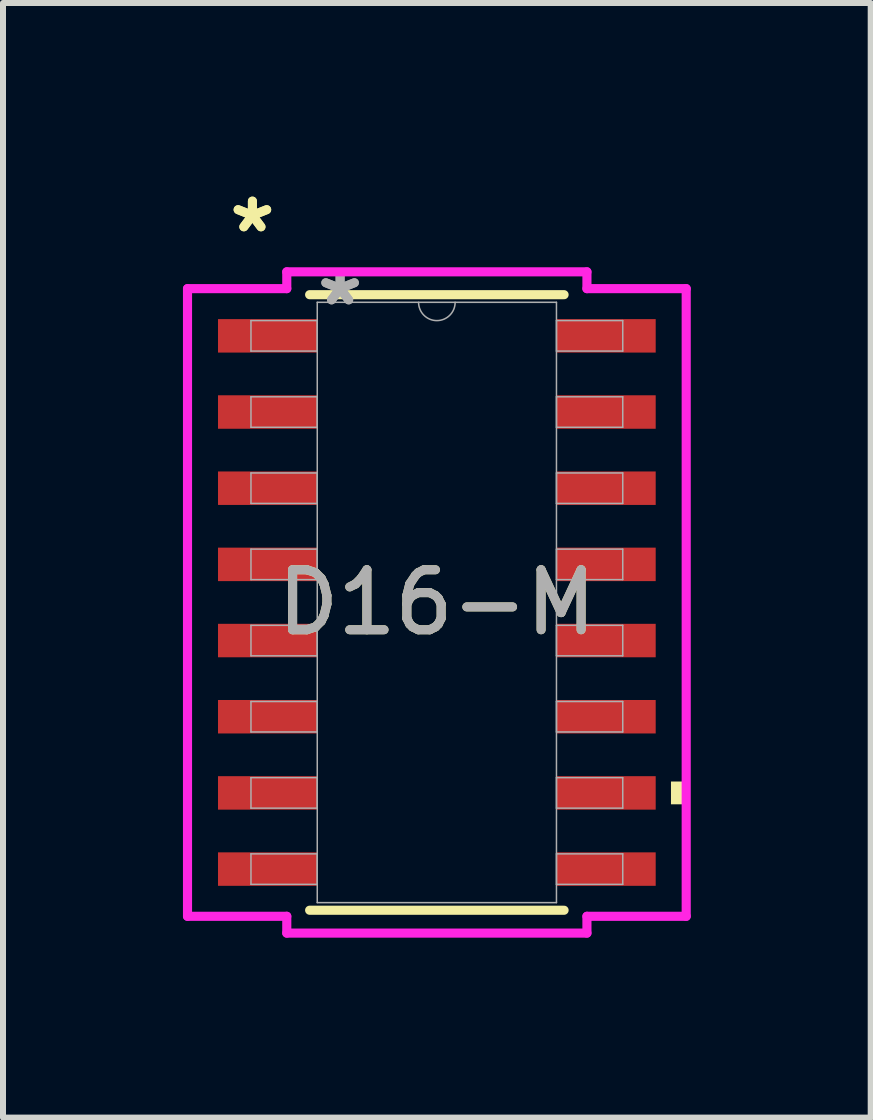
<source format=kicad_pcb>
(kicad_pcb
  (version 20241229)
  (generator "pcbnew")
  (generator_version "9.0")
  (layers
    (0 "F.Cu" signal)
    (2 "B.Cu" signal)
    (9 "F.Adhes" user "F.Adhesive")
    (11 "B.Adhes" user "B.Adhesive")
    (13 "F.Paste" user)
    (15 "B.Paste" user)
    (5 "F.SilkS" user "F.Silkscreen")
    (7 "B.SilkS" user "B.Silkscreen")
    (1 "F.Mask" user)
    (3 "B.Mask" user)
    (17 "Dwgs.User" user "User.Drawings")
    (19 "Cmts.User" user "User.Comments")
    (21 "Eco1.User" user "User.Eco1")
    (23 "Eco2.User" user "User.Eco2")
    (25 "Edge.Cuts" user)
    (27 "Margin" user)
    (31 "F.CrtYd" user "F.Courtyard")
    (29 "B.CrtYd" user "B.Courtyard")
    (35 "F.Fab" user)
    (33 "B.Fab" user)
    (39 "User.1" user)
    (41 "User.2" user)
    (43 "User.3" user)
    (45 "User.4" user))
  (footprint "D16-M"
    (layer "F.Cu")
    (at 4.233 6.994)
    (property "Reference" "D16-M" (at 0 0 0) (unlocked yes) (layer "F.SilkS") (effects (font (size 1 1) (thickness 0.15))))
    (attr smd)
    (fp_line (start -2.121 5.131) (end 2.121 5.131) (stroke (width 0.152) (type solid)) (layer "F.SilkS"))
    (fp_line (start 2.121 -5.131) (end -2.121 -5.131) (stroke (width 0.152) (type solid)) (layer "F.SilkS"))
    (fp_poly (pts (xy 4.157 2.985) (xy 4.157 3.365) (xy 3.903 3.365) (xy 3.903 2.985)) (stroke (width 0) (type solid)) (fill yes) (layer "F.SilkS"))
    (fp_line (start -4.157 -5.232) (end -2.502 -5.232) (stroke (width 0.152) (type solid)) (layer "F.CrtYd"))
    (fp_line (start -4.157 5.232) (end -4.157 -5.232) (stroke (width 0.152) (type solid)) (layer "F.CrtYd"))
    (fp_line (start -4.157 5.232) (end -2.502 5.232) (stroke (width 0.152) (type solid)) (layer "F.CrtYd"))
    (fp_line (start -2.502 -5.512) (end 2.502 -5.512) (stroke (width 0.152) (type solid)) (layer "F.CrtYd"))
    (fp_line (start -2.502 -5.232) (end -2.502 -5.512) (stroke (width 0.152) (type solid)) (layer "F.CrtYd"))
    (fp_line (start -2.502 5.512) (end -2.502 5.232) (stroke (width 0.152) (type solid)) (layer "F.CrtYd"))
    (fp_line (start 2.502 -5.512) (end 2.502 -5.232) (stroke (width 0.152) (type solid)) (layer "F.CrtYd"))
    (fp_line (start 2.502 5.232) (end 2.502 5.512) (stroke (width 0.152) (type solid)) (layer "F.CrtYd"))
    (fp_line (start 2.502 5.512) (end -2.502 5.512) (stroke (width 0.152) (type solid)) (layer "F.CrtYd"))
    (fp_line (start 4.157 -5.232) (end 2.502 -5.232) (stroke (width 0.152) (type solid)) (layer "F.CrtYd"))
    (fp_line (start 4.157 -5.232) (end 4.157 5.232) (stroke (width 0.152) (type solid)) (layer "F.CrtYd"))
    (fp_line (start 4.157 5.232) (end 2.502 5.232) (stroke (width 0.152) (type solid)) (layer "F.CrtYd"))
    (fp_line (start -3.099 -4.699) (end -3.099 -4.191) (stroke (width 0.025) (type solid)) (layer "F.Fab"))
    (fp_line (start -3.099 -4.191) (end -1.994 -4.191) (stroke (width 0.025) (type solid)) (layer "F.Fab"))
    (fp_line (start -3.099 -3.429) (end -3.099 -2.921) (stroke (width 0.025) (type solid)) (layer "F.Fab"))
    (fp_line (start -3.099 -2.921) (end -1.994 -2.921) (stroke (width 0.025) (type solid)) (layer "F.Fab"))
    (fp_line (start -3.099 -2.159) (end -3.099 -1.651) (stroke (width 0.025) (type solid)) (layer "F.Fab"))
    (fp_line (start -3.099 -1.651) (end -1.994 -1.651) (stroke (width 0.025) (type solid)) (layer "F.Fab"))
    (fp_line (start -3.099 -0.889) (end -3.099 -0.381) (stroke (width 0.025) (type solid)) (layer "F.Fab"))
    (fp_line (start -3.099 -0.381) (end -1.994 -0.381) (stroke (width 0.025) (type solid)) (layer "F.Fab"))
    (fp_line (start -3.099 0.381) (end -3.099 0.889) (stroke (width 0.025) (type solid)) (layer "F.Fab"))
    (fp_line (start -3.099 0.889) (end -1.994 0.889) (stroke (width 0.025) (type solid)) (layer "F.Fab"))
    (fp_line (start -3.099 1.651) (end -3.099 2.159) (stroke (width 0.025) (type solid)) (layer "F.Fab"))
    (fp_line (start -3.099 2.159) (end -1.994 2.159) (stroke (width 0.025) (type solid)) (layer "F.Fab"))
    (fp_line (start -3.099 2.921) (end -3.099 3.429) (stroke (width 0.025) (type solid)) (layer "F.Fab"))
    (fp_line (start -3.099 3.429) (end -1.994 3.429) (stroke (width 0.025) (type solid)) (layer "F.Fab"))
    (fp_line (start -3.099 4.191) (end -3.099 4.699) (stroke (width 0.025) (type solid)) (layer "F.Fab"))
    (fp_line (start -3.099 4.699) (end -1.994 4.699) (stroke (width 0.025) (type solid)) (layer "F.Fab"))
    (fp_line (start -1.994 -5.004) (end -1.994 5.004) (stroke (width 0.025) (type solid)) (layer "F.Fab"))
    (fp_line (start -1.994 -4.699) (end -3.099 -4.699) (stroke (width 0.025) (type solid)) (layer "F.Fab"))
    (fp_line (start -1.994 -4.191) (end -1.994 -4.699) (stroke (width 0.025) (type solid)) (layer "F.Fab"))
    (fp_line (start -1.994 -3.429) (end -3.099 -3.429) (stroke (width 0.025) (type solid)) (layer "F.Fab"))
    (fp_line (start -1.994 -2.921) (end -1.994 -3.429) (stroke (width 0.025) (type solid)) (layer "F.Fab"))
    (fp_line (start -1.994 -2.159) (end -3.099 -2.159) (stroke (width 0.025) (type solid)) (layer "F.Fab"))
    (fp_line (start -1.994 -1.651) (end -1.994 -2.159) (stroke (width 0.025) (type solid)) (layer "F.Fab"))
    (fp_line (start -1.994 -0.889) (end -3.099 -0.889) (stroke (width 0.025) (type solid)) (layer "F.Fab"))
    (fp_line (start -1.994 -0.381) (end -1.994 -0.889) (stroke (width 0.025) (type solid)) (layer "F.Fab"))
    (fp_line (start -1.994 0.381) (end -3.099 0.381) (stroke (width 0.025) (type solid)) (layer "F.Fab"))
    (fp_line (start -1.994 0.889) (end -1.994 0.381) (stroke (width 0.025) (type solid)) (layer "F.Fab"))
    (fp_line (start -1.994 1.651) (end -3.099 1.651) (stroke (width 0.025) (type solid)) (layer "F.Fab"))
    (fp_line (start -1.994 2.159) (end -1.994 1.651) (stroke (width 0.025) (type solid)) (layer "F.Fab"))
    (fp_line (start -1.994 2.921) (end -3.099 2.921) (stroke (width 0.025) (type solid)) (layer "F.Fab"))
    (fp_line (start -1.994 3.429) (end -1.994 2.921) (stroke (width 0.025) (type solid)) (layer "F.Fab"))
    (fp_line (start -1.994 4.191) (end -3.099 4.191) (stroke (width 0.025) (type solid)) (layer "F.Fab"))
    (fp_line (start -1.994 4.699) (end -1.994 4.191) (stroke (width 0.025) (type solid)) (layer "F.Fab"))
    (fp_line (start -1.994 5.004) (end 1.994 5.004) (stroke (width 0.025) (type solid)) (layer "F.Fab"))
    (fp_line (start 1.994 -5.004) (end -1.994 -5.004) (stroke (width 0.025) (type solid)) (layer "F.Fab"))
    (fp_line (start 1.994 -4.699) (end 1.994 -4.191) (stroke (width 0.025) (type solid)) (layer "F.Fab"))
    (fp_line (start 1.994 -4.191) (end 3.099 -4.191) (stroke (width 0.025) (type solid)) (layer "F.Fab"))
    (fp_line (start 1.994 -3.429) (end 1.994 -2.921) (stroke (width 0.025) (type solid)) (layer "F.Fab"))
    (fp_line (start 1.994 -2.921) (end 3.099 -2.921) (stroke (width 0.025) (type solid)) (layer "F.Fab"))
    (fp_line (start 1.994 -2.159) (end 1.994 -1.651) (stroke (width 0.025) (type solid)) (layer "F.Fab"))
    (fp_line (start 1.994 -1.651) (end 3.099 -1.651) (stroke (width 0.025) (type solid)) (layer "F.Fab"))
    (fp_line (start 1.994 -0.889) (end 1.994 -0.381) (stroke (width 0.025) (type solid)) (layer "F.Fab"))
    (fp_line (start 1.994 -0.381) (end 3.099 -0.381) (stroke (width 0.025) (type solid)) (layer "F.Fab"))
    (fp_line (start 1.994 0.381) (end 1.994 0.889) (stroke (width 0.025) (type solid)) (layer "F.Fab"))
    (fp_line (start 1.994 0.889) (end 3.099 0.889) (stroke (width 0.025) (type solid)) (layer "F.Fab"))
    (fp_line (start 1.994 1.651) (end 1.994 2.159) (stroke (width 0.025) (type solid)) (layer "F.Fab"))
    (fp_line (start 1.994 2.159) (end 3.099 2.159) (stroke (width 0.025) (type solid)) (layer "F.Fab"))
    (fp_line (start 1.994 2.921) (end 1.994 3.429) (stroke (width 0.025) (type solid)) (layer "F.Fab"))
    (fp_line (start 1.994 3.429) (end 3.099 3.429) (stroke (width 0.025) (type solid)) (layer "F.Fab"))
    (fp_line (start 1.994 4.191) (end 1.994 4.699) (stroke (width 0.025) (type solid)) (layer "F.Fab"))
    (fp_line (start 1.994 4.699) (end 3.099 4.699) (stroke (width 0.025) (type solid)) (layer "F.Fab"))
    (fp_line (start 1.994 5.004) (end 1.994 -5.004) (stroke (width 0.025) (type solid)) (layer "F.Fab"))
    (fp_line (start 3.099 -4.699) (end 1.994 -4.699) (stroke (width 0.025) (type solid)) (layer "F.Fab"))
    (fp_line (start 3.099 -4.191) (end 3.099 -4.699) (stroke (width 0.025) (type solid)) (layer "F.Fab"))
    (fp_line (start 3.099 -3.429) (end 1.994 -3.429) (stroke (width 0.025) (type solid)) (layer "F.Fab"))
    (fp_line (start 3.099 -2.921) (end 3.099 -3.429) (stroke (width 0.025) (type solid)) (layer "F.Fab"))
    (fp_line (start 3.099 -2.159) (end 1.994 -2.159) (stroke (width 0.025) (type solid)) (layer "F.Fab"))
    (fp_line (start 3.099 -1.651) (end 3.099 -2.159) (stroke (width 0.025) (type solid)) (layer "F.Fab"))
    (fp_line (start 3.099 -0.889) (end 1.994 -0.889) (stroke (width 0.025) (type solid)) (layer "F.Fab"))
    (fp_line (start 3.099 -0.381) (end 3.099 -0.889) (stroke (width 0.025) (type solid)) (layer "F.Fab"))
    (fp_line (start 3.099 0.381) (end 1.994 0.381) (stroke (width 0.025) (type solid)) (layer "F.Fab"))
    (fp_line (start 3.099 0.889) (end 3.099 0.381) (stroke (width 0.025) (type solid)) (layer "F.Fab"))
    (fp_line (start 3.099 1.651) (end 1.994 1.651) (stroke (width 0.025) (type solid)) (layer "F.Fab"))
    (fp_line (start 3.099 2.159) (end 3.099 1.651) (stroke (width 0.025) (type solid)) (layer "F.Fab"))
    (fp_line (start 3.099 2.921) (end 1.994 2.921) (stroke (width 0.025) (type solid)) (layer "F.Fab"))
    (fp_line (start 3.099 3.429) (end 3.099 2.921) (stroke (width 0.025) (type solid)) (layer "F.Fab"))
    (fp_line (start 3.099 4.191) (end 1.994 4.191) (stroke (width 0.025) (type solid)) (layer "F.Fab"))
    (fp_line (start 3.099 4.699) (end 3.099 4.191) (stroke (width 0.025) (type solid)) (layer "F.Fab"))
    (fp_arc (start 0.3048 -5.0038) (mid 0 -4.699) (end -0.3048 -5.0038) (stroke (width 0.0254) (type solid)) (layer "F.Fab"))
    (fp_text user "*" (at -3.075 -6.146 0) (unlocked yes) (layer "F.SilkS") (effects (font (size 1 1) (thickness 0.15))))
    (fp_text user "*" (at -3.075 -6.146 0) (layer "F.SilkS") (effects (font (size 1 1) (thickness 0.15))))
    (fp_text user "*" (at -1.613 -4.928 0) (unlocked yes) (layer "F.Fab") (effects (font (size 1 1) (thickness 0.15))))
    (fp_text user "${REFERENCE}" (at 0 0 0) (unlocked yes) (layer "F.Fab") (effects (font (size 1 1) (thickness 0.15))))
    (fp_text user "*" (at -1.613 -4.928 0) (layer "F.Fab") (effects (font (size 1 1) (thickness 0.15))))
    (pad "1" smd rect (at -2.821 -4.445) (size 1.655 0.558) (layers "F.Cu" "F.Mask" "F.Paste"))
    (pad "2" smd rect (at -2.821 -3.175) (size 1.655 0.558) (layers "F.Cu" "F.Mask" "F.Paste"))
    (pad "3" smd rect (at -2.821 -1.905) (size 1.655 0.558) (layers "F.Cu" "F.Mask" "F.Paste"))
    (pad "4" smd rect (at -2.821 -0.635) (size 1.655 0.558) (layers "F.Cu" "F.Mask" "F.Paste"))
    (pad "5" smd rect (at -2.821 0.635) (size 1.655 0.558) (layers "F.Cu" "F.Mask" "F.Paste"))
    (pad "6" smd rect (at -2.821 1.905) (size 1.655 0.558) (layers "F.Cu" "F.Mask" "F.Paste"))
    (pad "7" smd rect (at -2.821 3.175) (size 1.655 0.558) (layers "F.Cu" "F.Mask" "F.Paste"))
    (pad "8" smd rect (at -2.821 4.445) (size 1.655 0.558) (layers "F.Cu" "F.Mask" "F.Paste"))
    (pad "9" smd rect (at 2.821 4.445) (size 1.655 0.558) (layers "F.Cu" "F.Mask" "F.Paste"))
    (pad "10" smd rect (at 2.821 3.175) (size 1.655 0.558) (layers "F.Cu" "F.Mask" "F.Paste"))
    (pad "11" smd rect (at 2.821 1.905) (size 1.655 0.558) (layers "F.Cu" "F.Mask" "F.Paste"))
    (pad "12" smd rect (at 2.821 0.635) (size 1.655 0.558) (layers "F.Cu" "F.Mask" "F.Paste"))
    (pad "13" smd rect (at 2.821 -0.635) (size 1.655 0.558) (layers "F.Cu" "F.Mask" "F.Paste"))
    (pad "14" smd rect (at 2.821 -1.905) (size 1.655 0.558) (layers "F.Cu" "F.Mask" "F.Paste"))
    (pad "15" smd rect (at 2.821 -3.175) (size 1.655 0.558) (layers "F.Cu" "F.Mask" "F.Paste"))
    (pad "16" smd rect (at 2.821 -4.445) (size 1.655 0.558) (layers "F.Cu" "F.Mask" "F.Paste")))
  (gr_rect
    (start -3 -3)
    (end 11.466 15.582)
    (stroke (width 0.1) (type default))
    (fill no)
    (layer "Edge.Cuts")))
</source>
